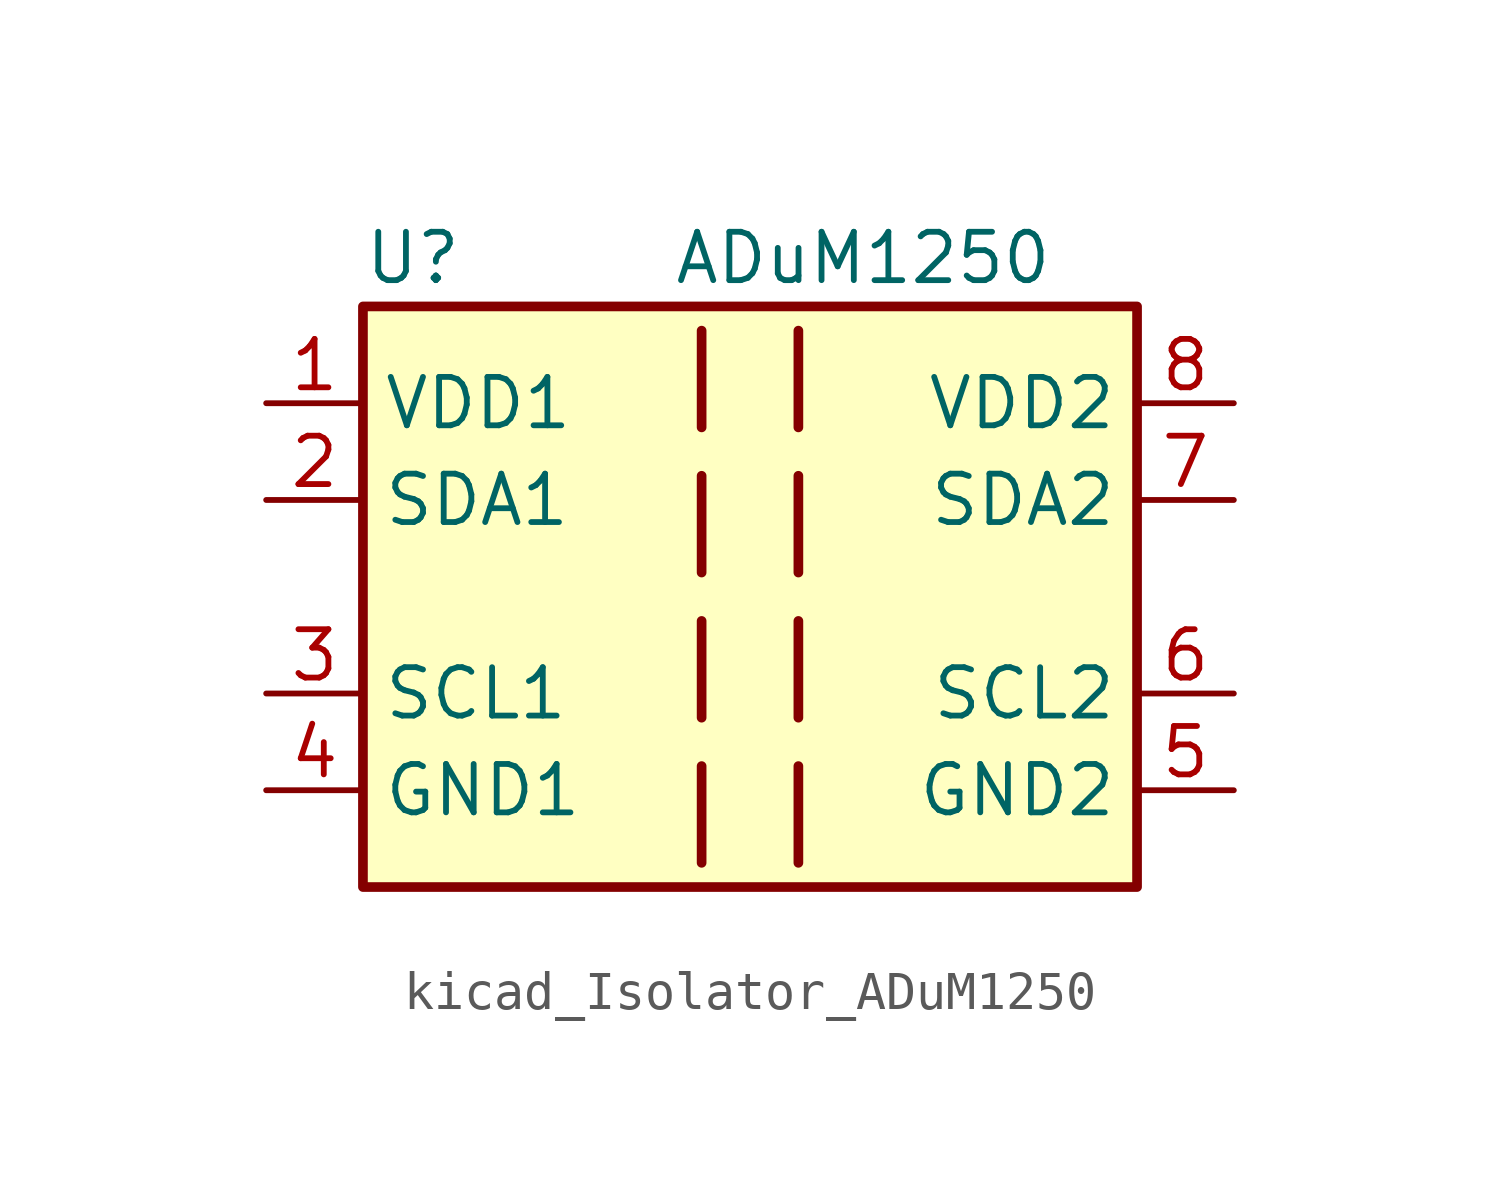
<source format=kicad_sym>
(kicad_symbol_lib
  (version 20220914)
  (generator kicad_symbol_editor)
  (symbol "kicad_Isolator_ADuM1250"
    (property "Reference" "U"
      (at -10.16 8.89 0)
      (effects (font (size 1.27 1.27)) (justify left)))
    (property "Value" "ADuM1250"
      (at -2.032 8.89 0)
      (effects (font (size 1.27 1.27)) (justify left)))
    (symbol "kicad_Isolator_ADuM1250_0_1"
      (rectangle (start -10.16 7.62) (end 10.16 -7.62) (stroke (width 0.254) (type default)) (fill (type background)))
      (polyline (pts (xy -1.27 -4.445) (xy -1.27 -6.985)) (stroke (width 0.254) (type default)) (fill (type none)))
      (polyline (pts (xy -1.27 -0.635) (xy -1.27 -3.175)) (stroke (width 0.254) (type default)) (fill (type none)))
      (polyline (pts (xy -1.27 3.175) (xy -1.27 0.635)) (stroke (width 0.254) (type default)) (fill (type none)))
      (polyline (pts (xy -1.27 6.985) (xy -1.27 4.445)) (stroke (width 0.254) (type default)) (fill (type none)))
      (polyline (pts (xy 1.27 -4.445) (xy 1.27 -6.985)) (stroke (width 0.254) (type default)) (fill (type none)))
      (polyline (pts (xy 1.27 -0.635) (xy 1.27 -3.175)) (stroke (width 0.254) (type default)) (fill (type none)))
      (polyline (pts (xy 1.27 3.175) (xy 1.27 0.635)) (stroke (width 0.254) (type default)) (fill (type none)))
      (polyline (pts (xy 1.27 6.985) (xy 1.27 4.445)) (stroke (width 0.254) (type default)) (fill (type none))))
    (symbol "kicad_Isolator_ADuM1250_1_1"
      (pin power_in line (at -12.7 5.08 0) (length 2.54) (name "VDD1" (effects (font (size 1.27 1.27)))) (number "1" (effects (font (size 1.27 1.27)))))
      (pin bidirectional line (at -12.7 2.54 0) (length 2.54) (name "SDA1" (effects (font (size 1.27 1.27)))) (number "2" (effects (font (size 1.27 1.27)))))
      (pin bidirectional line (at -12.7 -2.54 0) (length 2.54) (name "SCL1" (effects (font (size 1.27 1.27)))) (number "3" (effects (font (size 1.27 1.27)))))
      (pin power_in line (at -12.7 -5.08 0) (length 2.54) (name "GND1" (effects (font (size 1.27 1.27)))) (number "4" (effects (font (size 1.27 1.27)))))
      (pin power_in line (at 12.7 -5.08 180) (length 2.54) (name "GND2" (effects (font (size 1.27 1.27)))) (number "5" (effects (font (size 1.27 1.27)))))
      (pin bidirectional line (at 12.7 -2.54 180) (length 2.54) (name "SCL2" (effects (font (size 1.27 1.27)))) (number "6" (effects (font (size 1.27 1.27)))))
      (pin bidirectional line (at 12.7 2.54 180) (length 2.54) (name "SDA2" (effects (font (size 1.27 1.27)))) (number "7" (effects (font (size 1.27 1.27)))))
      (pin power_in line (at 12.7 5.08 180) (length 2.54) (name "VDD2" (effects (font (size 1.27 1.27)))) (number "8" (effects (font (size 1.27 1.27))))))))
</source>
